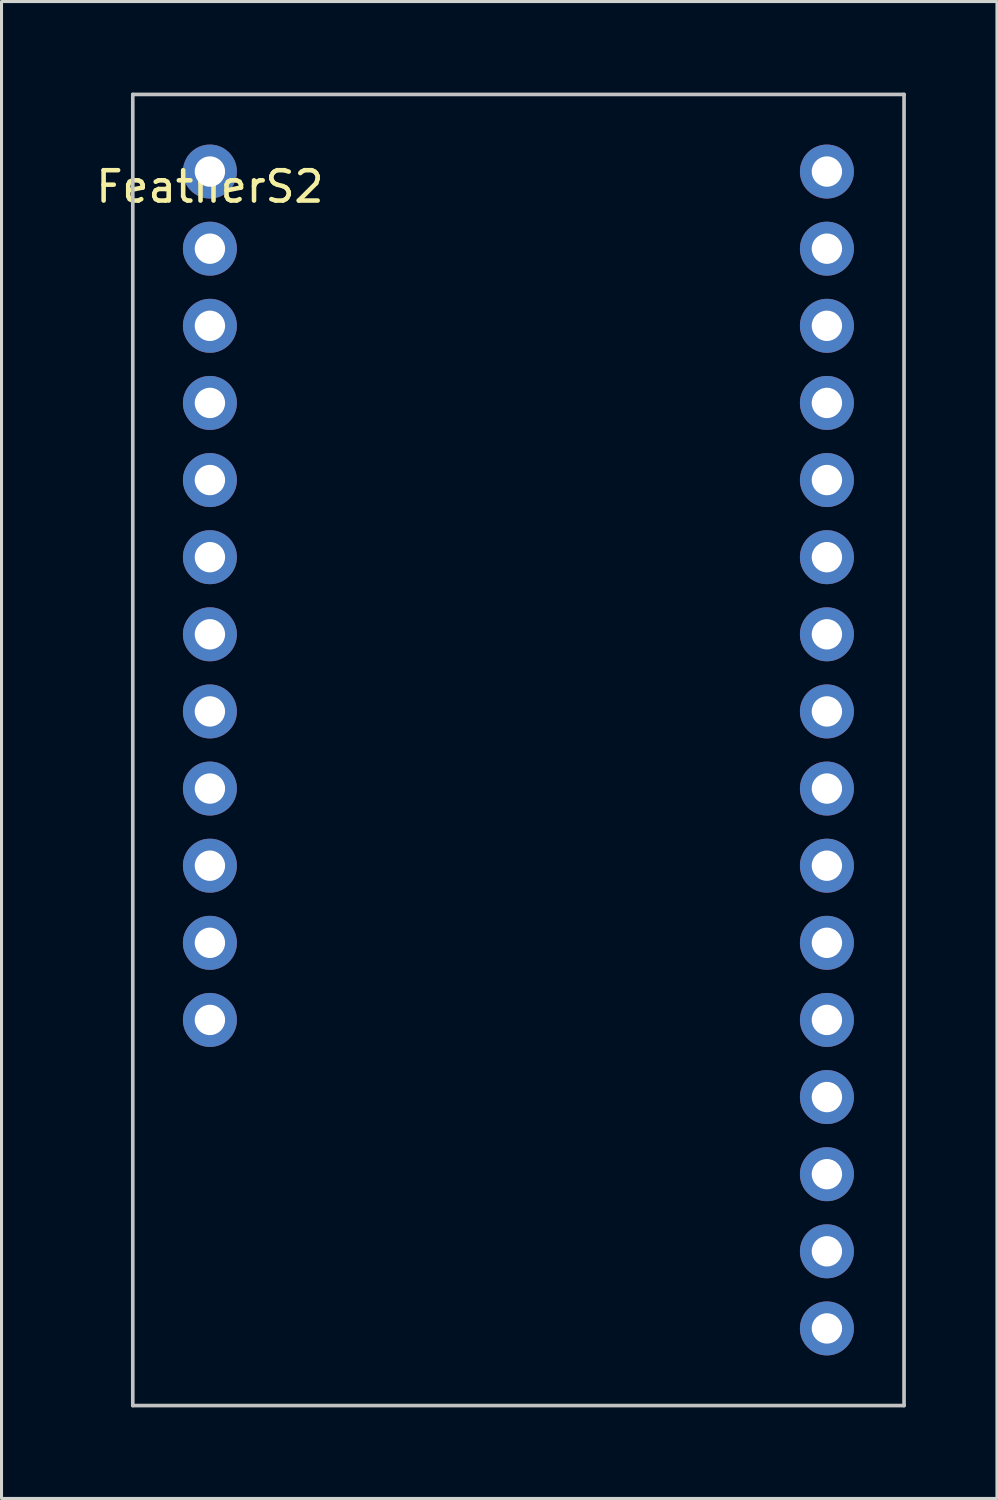
<source format=kicad_pcb>
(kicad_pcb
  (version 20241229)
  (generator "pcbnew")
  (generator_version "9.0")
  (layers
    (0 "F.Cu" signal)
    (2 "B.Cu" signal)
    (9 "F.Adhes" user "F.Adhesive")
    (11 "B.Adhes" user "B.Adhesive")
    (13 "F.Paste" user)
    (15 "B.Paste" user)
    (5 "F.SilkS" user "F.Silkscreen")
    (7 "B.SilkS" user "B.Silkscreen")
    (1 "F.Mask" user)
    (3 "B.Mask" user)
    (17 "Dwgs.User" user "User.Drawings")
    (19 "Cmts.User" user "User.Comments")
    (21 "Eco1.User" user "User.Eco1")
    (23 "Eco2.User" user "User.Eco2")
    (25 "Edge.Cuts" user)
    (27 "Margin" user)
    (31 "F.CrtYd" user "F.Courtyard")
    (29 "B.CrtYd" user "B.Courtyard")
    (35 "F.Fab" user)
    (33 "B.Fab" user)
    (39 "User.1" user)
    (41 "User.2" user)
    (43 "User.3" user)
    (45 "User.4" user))
  (footprint "FeatherS2"
    (layer "F.Cu")
    (at 3.863 2.6)
    (property "Reference" "FeatherS2" (at 0 0.5 0) (layer "F.SilkS") (effects (font (size 1 1) (thickness 0.15))))
    (attr through_hole)
    (fp_line (start -2.54 -2.54) (end -2.54 40.64) (stroke (width 0.12) (type solid)) (layer "Dwgs.User"))
    (fp_line (start -2.54 40.64) (end 22.86 40.64) (stroke (width 0.12) (type solid)) (layer "Dwgs.User"))
    (fp_line (start 22.86 -2.54) (end -2.54 -2.54) (stroke (width 0.12) (type solid)) (layer "Dwgs.User"))
    (fp_line (start 22.86 40.64) (end 22.86 -2.54) (stroke (width 0.12) (type solid)) (layer "Dwgs.User"))
    (pad "1" thru_hole circle (at 0 0) (size 1.778 1.778) (drill 1) (layers "*.Cu" "*.Mask"))
    (pad "2" thru_hole circle (at 0 2.54) (size 1.778 1.778) (drill 1) (layers "*.Cu" "*.Mask"))
    (pad "3" thru_hole circle (at 0 5.08) (size 1.778 1.778) (drill 1) (layers "*.Cu" "*.Mask"))
    (pad "4" thru_hole circle (at 0 7.62) (size 1.778 1.778) (drill 1) (layers "*.Cu" "*.Mask"))
    (pad "5" thru_hole circle (at 0 10.16) (size 1.778 1.778) (drill 1) (layers "*.Cu" "*.Mask"))
    (pad "6" thru_hole circle (at 0 12.7) (size 1.778 1.778) (drill 1) (layers "*.Cu" "*.Mask"))
    (pad "7" thru_hole circle (at 0 15.24) (size 1.778 1.778) (drill 1) (layers "*.Cu" "*.Mask"))
    (pad "8" thru_hole circle (at 0 17.78) (size 1.778 1.778) (drill 1) (layers "*.Cu" "*.Mask"))
    (pad "9" thru_hole circle (at 0 20.32) (size 1.778 1.778) (drill 1) (layers "*.Cu" "*.Mask"))
    (pad "10" thru_hole circle (at 0 22.86) (size 1.778 1.778) (drill 1) (layers "*.Cu" "*.Mask"))
    (pad "11" thru_hole circle (at 0 25.4) (size 1.778 1.778) (drill 1) (layers "*.Cu" "*.Mask"))
    (pad "12" thru_hole circle (at 0 27.94) (size 1.778 1.778) (drill 1) (layers "*.Cu" "*.Mask"))
    (pad "17" thru_hole circle (at 20.32 38.1) (size 1.778 1.778) (drill 1) (layers "*.Cu" "*.Mask"))
    (pad "18" thru_hole circle (at 20.32 35.56) (size 1.778 1.778) (drill 1) (layers "*.Cu" "*.Mask"))
    (pad "19" thru_hole circle (at 20.32 33.02) (size 1.778 1.778) (drill 1) (layers "*.Cu" "*.Mask"))
    (pad "20" thru_hole circle (at 20.32 30.48) (size 1.778 1.778) (drill 1) (layers "*.Cu" "*.Mask"))
    (pad "21" thru_hole circle (at 20.32 27.94) (size 1.778 1.778) (drill 1) (layers "*.Cu" "*.Mask"))
    (pad "22" thru_hole circle (at 20.32 25.4) (size 1.778 1.778) (drill 1) (layers "*.Cu" "*.Mask"))
    (pad "23" thru_hole circle (at 20.32 22.86) (size 1.778 1.778) (drill 1) (layers "*.Cu" "*.Mask"))
    (pad "24" thru_hole circle (at 20.32 20.32) (size 1.778 1.778) (drill 1) (layers "*.Cu" "*.Mask"))
    (pad "25" thru_hole circle (at 20.32 17.78) (size 1.778 1.778) (drill 1) (layers "*.Cu" "*.Mask"))
    (pad "26" thru_hole circle (at 20.32 15.24) (size 1.778 1.778) (drill 1) (layers "*.Cu" "*.Mask"))
    (pad "27" thru_hole circle (at 20.32 12.7) (size 1.778 1.778) (drill 1) (layers "*.Cu" "*.Mask"))
    (pad "28" thru_hole circle (at 20.32 10.16) (size 1.778 1.778) (drill 1) (layers "*.Cu" "*.Mask"))
    (pad "29" thru_hole circle (at 20.32 7.62) (size 1.778 1.778) (drill 1) (layers "*.Cu" "*.Mask"))
    (pad "30" thru_hole circle (at 20.32 5.08) (size 1.778 1.778) (drill 1) (layers "*.Cu" "*.Mask"))
    (pad "31" thru_hole circle (at 20.32 2.54) (size 1.778 1.778) (drill 1) (layers "*.Cu" "*.Mask"))
    (pad "32" thru_hole circle (at 20.32 0) (size 1.778 1.778) (drill 1) (layers "*.Cu" "*.Mask")))
  (gr_rect
    (start -3 -3)
    (end 29.783 46.3)
    (stroke (width 0.1) (type default))
    (fill no)
    (layer "Edge.Cuts")))
</source>
